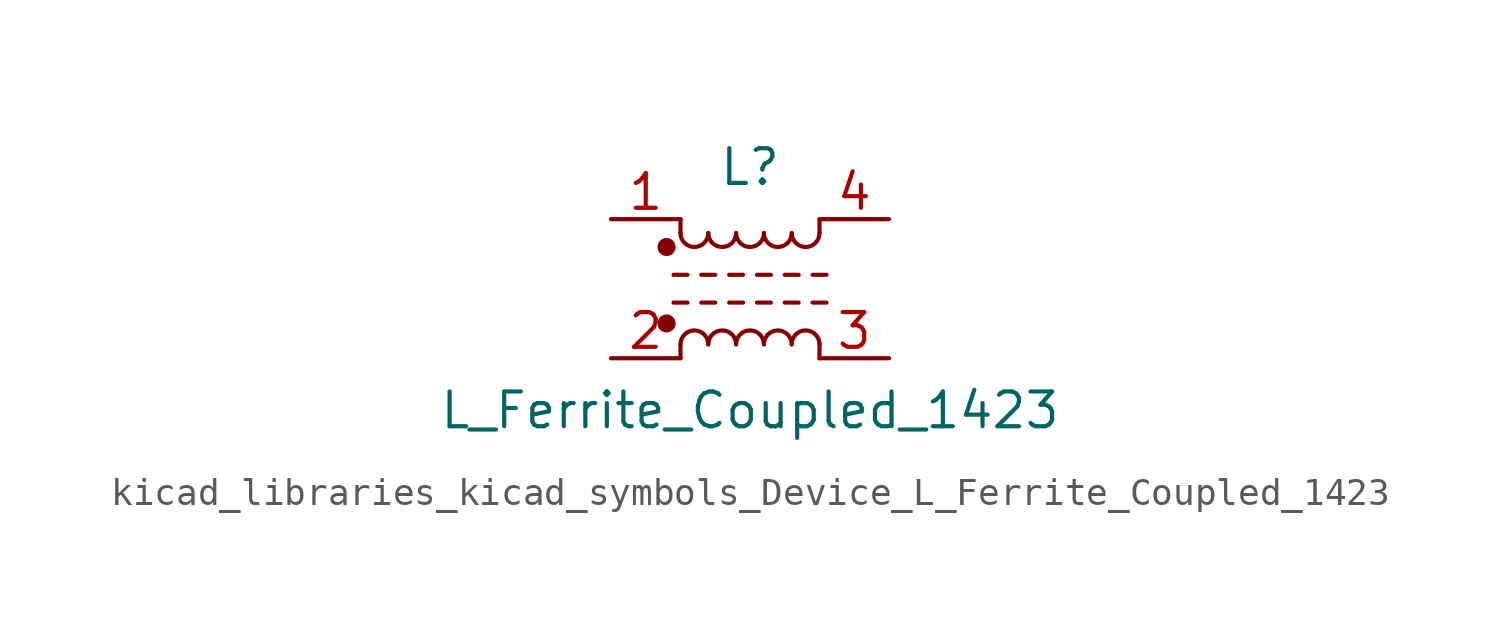
<source format=kicad_sym>
(kicad_symbol_lib
  (version 20220914)
  (generator kicad_symbol_editor)
  (symbol "kicad_libraries_kicad_symbols_Device_L_Ferrite_Coupled_1423"
    (pin_names
      (offset 0.254) hide)
    (property "Reference" "L"
      (at 0 4.445 0)
      (effects (font (size 1.27 1.27))))
    (property "Value" "L_Ferrite_Coupled_1423"
      (at 0 -4.445 0)
      (effects (font (size 1.27 1.27))))
    (symbol "kicad_libraries_kicad_symbols_Device_L_Ferrite_Coupled_1423_0_1"
      (circle (center -3.048 -1.27) (radius 0.254) (stroke (width 0) (type default)) (fill (type outline)))
      (circle (center -3.048 1.524) (radius 0.254) (stroke (width 0) (type default)) (fill (type outline)))
      (arc (start -2.54 2.032) (mid -2.032 1.5262) (end -1.524 2.032) (stroke (width 0) (type default)) (fill (type none)))
      (arc (start -1.524 -2.032) (mid -2.032 -1.5262) (end -2.54 -2.032) (stroke (width 0) (type default)) (fill (type none)))
      (arc (start -1.524 2.032) (mid -1.016 1.5262) (end -0.508 2.032) (stroke (width 0) (type default)) (fill (type none)))
      (arc (start -0.508 -2.032) (mid -1.016 -1.5262) (end -1.524 -2.032) (stroke (width 0) (type default)) (fill (type none)))
      (arc (start -0.508 2.032) (mid 0 1.5262) (end 0.508 2.032) (stroke (width 0) (type default)) (fill (type none)))
      (polyline (pts (xy -2.794 -0.508) (xy -2.286 -0.508)) (stroke (width 0) (type default)) (fill (type none)))
      (polyline (pts (xy -2.794 0.508) (xy -2.286 0.508)) (stroke (width 0) (type default)) (fill (type none)))
      (polyline (pts (xy -2.54 -2.032) (xy -2.54 -2.54)) (stroke (width 0) (type default)) (fill (type none)))
      (polyline (pts (xy -2.54 2.032) (xy -2.54 2.54)) (stroke (width 0) (type default)) (fill (type none)))
      (polyline (pts (xy -1.778 -0.508) (xy -1.27 -0.508)) (stroke (width 0) (type default)) (fill (type none)))
      (polyline (pts (xy -1.778 0.508) (xy -1.27 0.508)) (stroke (width 0) (type default)) (fill (type none)))
      (polyline (pts (xy -0.762 -0.508) (xy -0.254 -0.508)) (stroke (width 0) (type default)) (fill (type none)))
      (polyline (pts (xy -0.762 0.508) (xy -0.254 0.508)) (stroke (width 0) (type default)) (fill (type none)))
      (polyline (pts (xy 0.254 -0.508) (xy 0.762 -0.508)) (stroke (width 0) (type default)) (fill (type none)))
      (polyline (pts (xy 0.254 0.508) (xy 0.762 0.508)) (stroke (width 0) (type default)) (fill (type none)))
      (polyline (pts (xy 1.27 -0.508) (xy 1.778 -0.508)) (stroke (width 0) (type default)) (fill (type none)))
      (polyline (pts (xy 1.27 0.508) (xy 1.778 0.508)) (stroke (width 0) (type default)) (fill (type none)))
      (polyline (pts (xy 2.286 -0.508) (xy 2.794 -0.508)) (stroke (width 0) (type default)) (fill (type none)))
      (polyline (pts (xy 2.286 0.508) (xy 2.794 0.508)) (stroke (width 0) (type default)) (fill (type none)))
      (polyline (pts (xy 2.54 -2.032) (xy 2.54 -2.54)) (stroke (width 0) (type default)) (fill (type none)))
      (polyline (pts (xy 2.54 2.54) (xy 2.54 2.032)) (stroke (width 0) (type default)) (fill (type none)))
      (arc (start 0.508 -2.032) (mid 0 -1.5262) (end -0.508 -2.032) (stroke (width 0) (type default)) (fill (type none)))
      (arc (start 0.508 2.032) (mid 1.016 1.5262) (end 1.524 2.032) (stroke (width 0) (type default)) (fill (type none)))
      (arc (start 1.524 -2.032) (mid 1.016 -1.5262) (end 0.508 -2.032) (stroke (width 0) (type default)) (fill (type none)))
      (arc (start 1.524 2.032) (mid 2.032 1.5262) (end 2.54 2.032) (stroke (width 0) (type default)) (fill (type none)))
      (arc (start 2.54 -2.032) (mid 2.032 -1.5262) (end 1.524 -2.032) (stroke (width 0) (type default)) (fill (type none))))
    (symbol "kicad_libraries_kicad_symbols_Device_L_Ferrite_Coupled_1423_1_1"
      (pin passive line (at -5.08 2.54 0) (length 2.54) (name "1" (effects (font (size 1.27 1.27)))) (number "1" (effects (font (size 1.27 1.27)))))
      (pin passive line (at -5.08 -2.54 0) (length 2.54) (name "2" (effects (font (size 1.27 1.27)))) (number "2" (effects (font (size 1.27 1.27)))))
      (pin passive line (at 5.08 -2.54 180) (length 2.54) (name "3" (effects (font (size 1.27 1.27)))) (number "3" (effects (font (size 1.27 1.27)))))
      (pin passive line (at 5.08 2.54 180) (length 2.54) (name "4" (effects (font (size 1.27 1.27)))) (number "4" (effects (font (size 1.27 1.27))))))))
</source>
